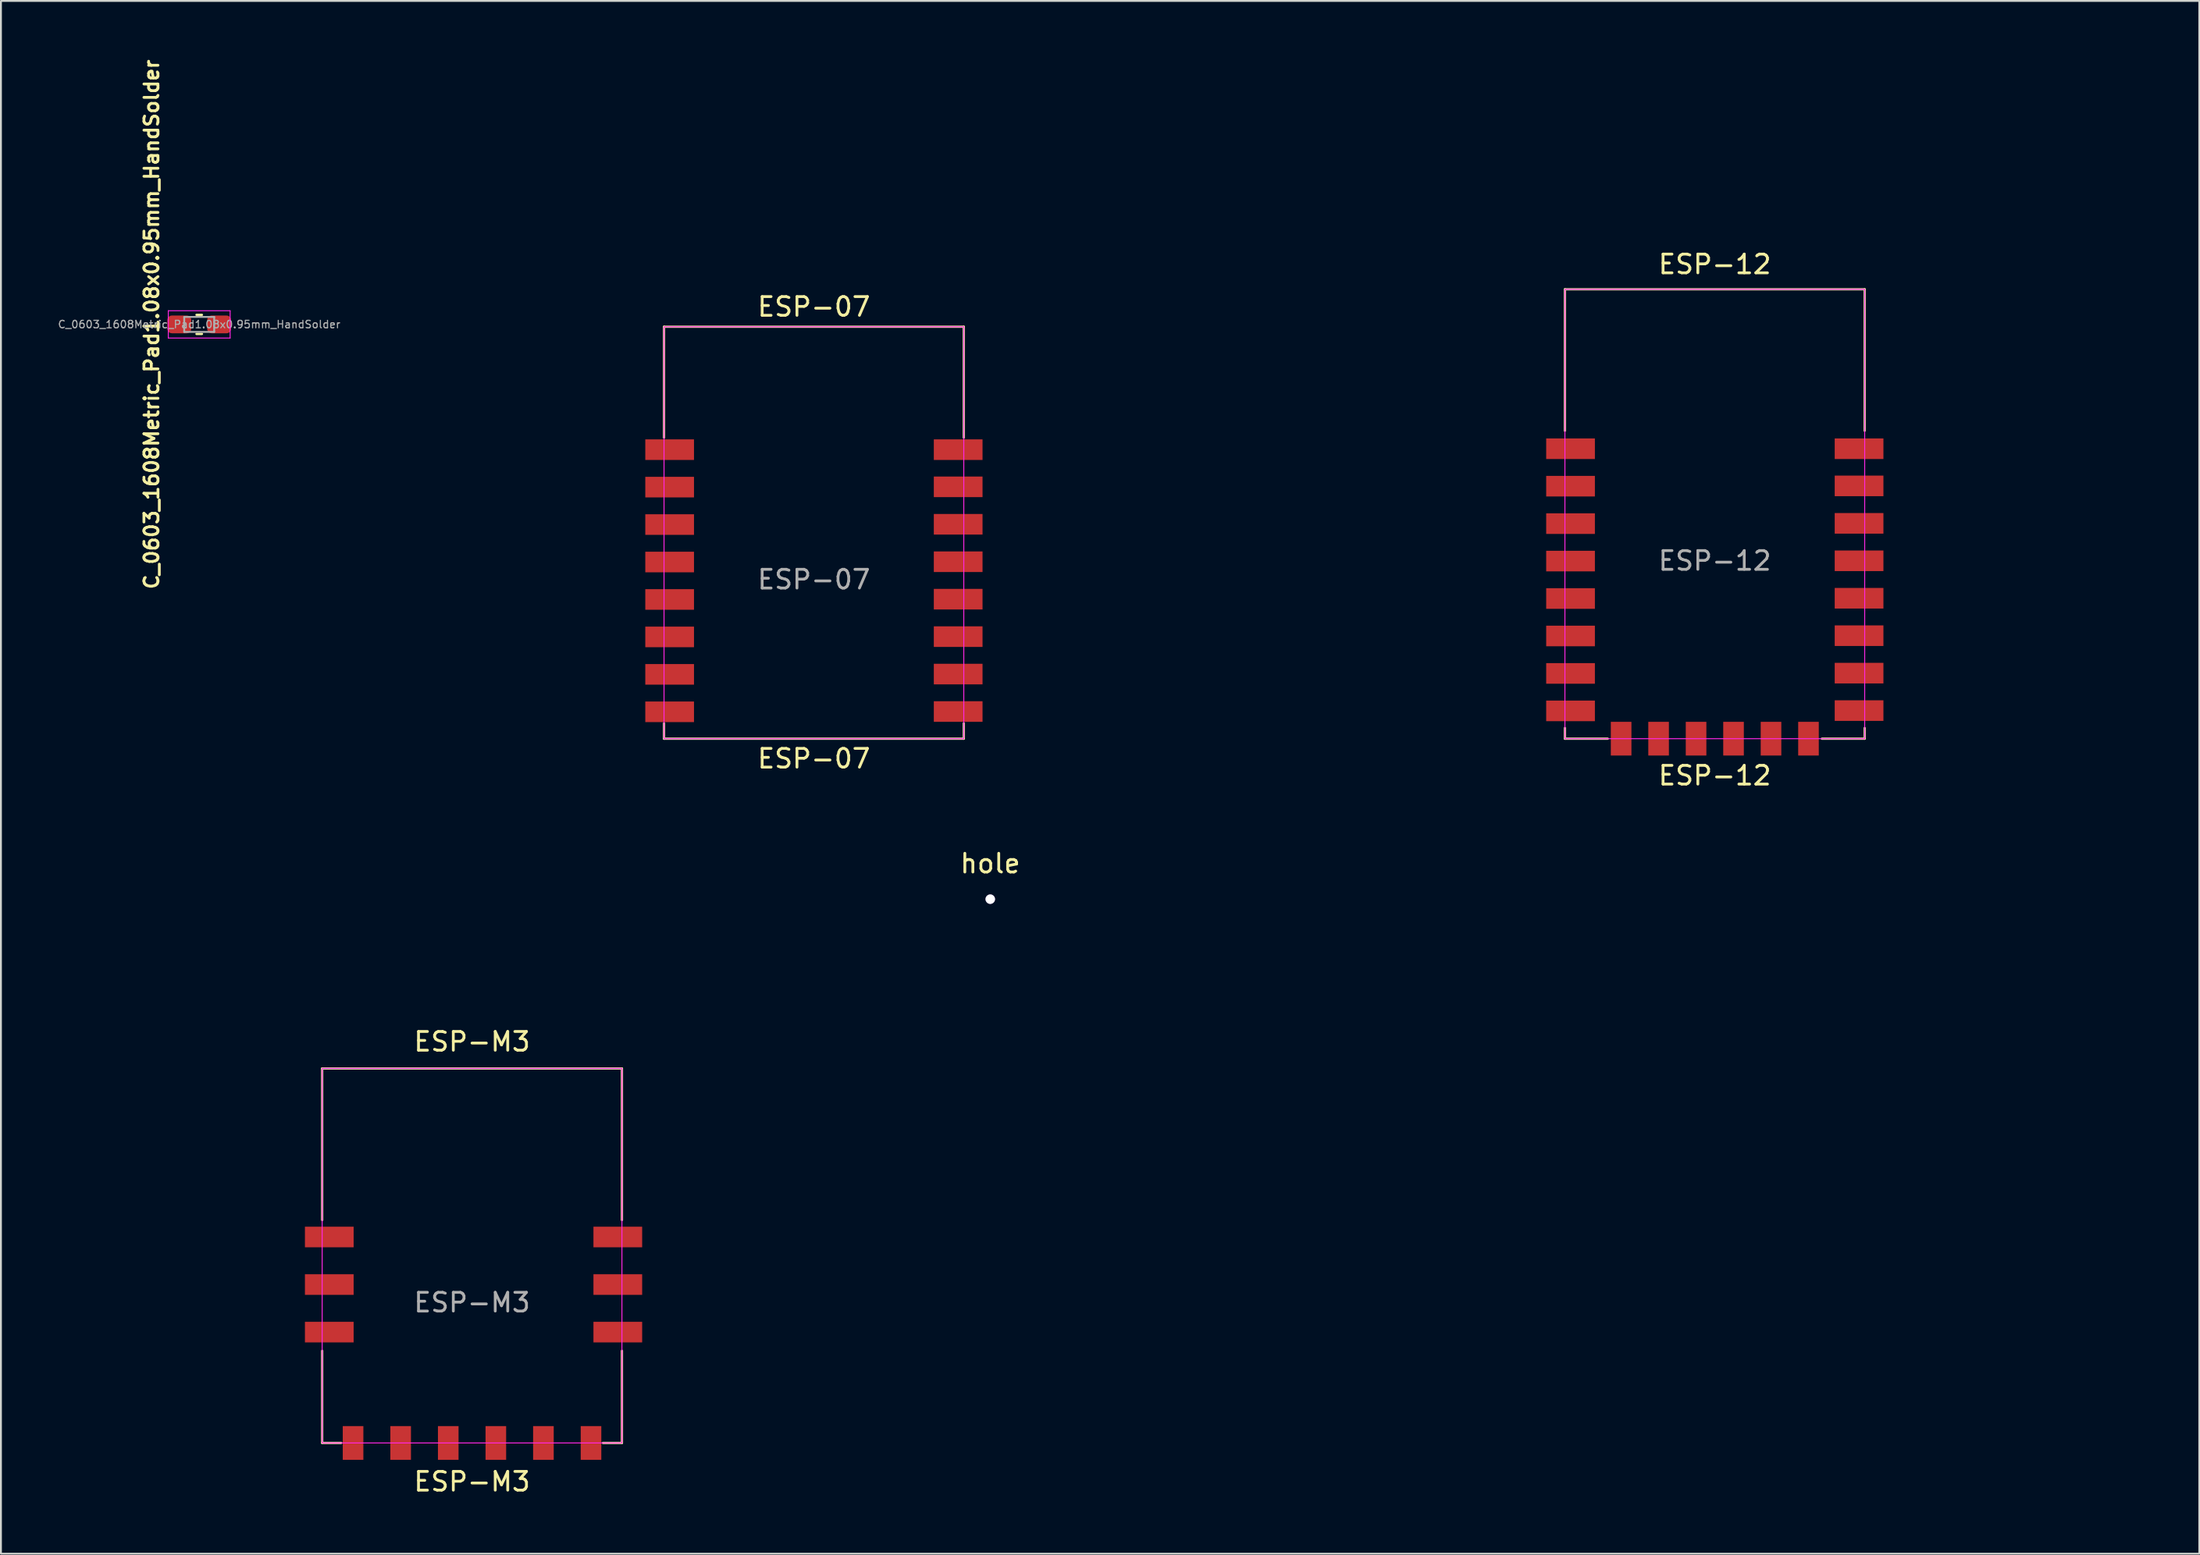
<source format=kicad_pcb>
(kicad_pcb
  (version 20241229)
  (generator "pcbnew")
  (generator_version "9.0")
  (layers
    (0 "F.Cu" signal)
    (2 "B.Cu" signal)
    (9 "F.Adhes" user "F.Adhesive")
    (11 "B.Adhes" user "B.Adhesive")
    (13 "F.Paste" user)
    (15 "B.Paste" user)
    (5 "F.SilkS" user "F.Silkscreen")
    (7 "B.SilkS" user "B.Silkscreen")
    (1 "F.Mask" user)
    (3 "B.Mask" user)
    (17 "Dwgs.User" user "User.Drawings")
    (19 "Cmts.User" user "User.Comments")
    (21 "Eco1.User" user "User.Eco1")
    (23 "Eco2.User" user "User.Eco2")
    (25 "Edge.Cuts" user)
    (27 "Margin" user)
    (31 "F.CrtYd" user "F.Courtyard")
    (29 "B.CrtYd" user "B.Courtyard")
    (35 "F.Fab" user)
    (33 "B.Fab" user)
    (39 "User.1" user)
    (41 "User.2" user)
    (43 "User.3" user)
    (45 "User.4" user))
  (footprint "ESP-M3"
    (layer "F.Cu")
    (at 22.145 64.013)
    (property "Reference" "ESP-M3" (at 0 12.065 0) (unlocked yes) (layer "F.SilkS") (effects (font (size 1 1) (thickness 0.15))))
    (attr smd)
    (fp_line (start -8 -10) (end -8 -1.905) (stroke (width 0.12) (type solid)) (layer "F.SilkS"))
    (fp_line (start -8 5.08) (end -8 10) (stroke (width 0.12) (type solid)) (layer "F.SilkS"))
    (fp_line (start -8 10) (end -6.985 10) (stroke (width 0.12) (type solid)) (layer "F.SilkS"))
    (fp_line (start 8 -10) (end -8 -10) (stroke (width 0.12) (type solid)) (layer "F.SilkS"))
    (fp_line (start 8 -1.905) (end 8 -10) (stroke (width 0.12) (type solid)) (layer "F.SilkS"))
    (fp_line (start 8 5.08) (end 8 10) (stroke (width 0.12) (type solid)) (layer "F.SilkS"))
    (fp_line (start 8 10) (end 6.985 10) (stroke (width 0.12) (type solid)) (layer "F.SilkS"))
    (fp_rect (start -8 -10) (end 8 10) (stroke (width 0.05) (type solid)) (fill no) (layer "F.CrtYd"))
    (fp_text user "ESP-M3" (at 0 -11.43 0) (unlocked yes) (layer "F.SilkS") (effects (font (size 1 1) (thickness 0.15))))
    (fp_text user "${REFERENCE}" (at 0 2.5 0) (unlocked yes) (layer "F.Fab") (effects (font (size 1 1) (thickness 0.15))))
    (pad "1" smd rect (at -7.62 -1) (size 2.6 1.1) (layers "F.Cu" "F.Mask" "F.Paste"))
    (pad "2" smd rect (at -7.62 1.54) (size 2.6 1.1) (layers "F.Cu" "F.Mask" "F.Paste"))
    (pad "3" smd rect (at -7.62 4.08) (size 2.6 1.1) (layers "F.Cu" "F.Mask" "F.Paste"))
    (pad "4" smd rect (at -6.35 10 90) (size 1.8 1.1) (layers "F.Cu" "F.Mask" "F.Paste"))
    (pad "5" smd rect (at -3.81 10 90) (size 1.8 1.1) (layers "F.Cu" "F.Mask" "F.Paste"))
    (pad "6" smd rect (at -1.27 10 90) (size 1.8 1.1) (layers "F.Cu" "F.Mask" "F.Paste"))
    (pad "7" smd rect (at 1.27 10 90) (size 1.8 1.1) (layers "F.Cu" "F.Mask" "F.Paste"))
    (pad "8" smd rect (at 3.81 10 90) (size 1.8 1.1) (layers "F.Cu" "F.Mask" "F.Paste"))
    (pad "9" smd rect (at 6.35 10 90) (size 1.8 1.1) (layers "F.Cu" "F.Mask" "F.Paste"))
    (pad "10" smd rect (at 7.78 4.08) (size 2.6 1.1) (layers "F.Cu" "F.Mask" "F.Paste"))
    (pad "11" smd rect (at 7.78 1.54) (size 2.6 1.1) (layers "F.Cu" "F.Mask" "F.Paste"))
    (pad "12" smd rect (at 7.78 -1) (size 2.6 1.1) (layers "F.Cu" "F.Mask" "F.Paste"))
    (zone (net_name "") (layers "F.Cu" "B.Cu") (name "Antenna") (hatch edge 0.508) (connect_pads) (min_thickness 0.254) (filled_areas_thickness no) (keepout (tracks not_allowed) (vias not_allowed) (pads not_allowed) (copperpour not_allowed) (footprints not_allowed)) (placement (enabled no)) (fill) (polygon (pts (xy 45.085 59.363) (xy 43.18 61.268) (xy 1.905 61.268) (xy 0 59.363) (xy 0 44.123) (xy 1.905 42.218) (xy 43.18 42.218) (xy 45.085 44.123)))))
  (footprint "C_0603_1608Metric_Pad1.08x0.95mm_HandSolder"
    (layer "F.Cu")
    (at 7.583 14.275)
    (property "Reference" "C_0603_1608Metric_Pad1.08x0.95mm_HandSolder" (at -2.54 0 270) (layer "F.SilkS") (effects (font (size 0.75 0.75) (thickness 0.15))))
    (attr smd)
    (fp_line (start -0.146 -0.51) (end 0.146 -0.51) (stroke (width 0.12) (type solid)) (layer "F.SilkS"))
    (fp_line (start -0.146 0.51) (end 0.146 0.51) (stroke (width 0.12) (type solid)) (layer "F.SilkS"))
    (fp_line (start -1.65 -0.73) (end 1.65 -0.73) (stroke (width 0.05) (type solid)) (layer "F.CrtYd"))
    (fp_line (start -1.65 0.73) (end -1.65 -0.73) (stroke (width 0.05) (type solid)) (layer "F.CrtYd"))
    (fp_line (start 1.65 -0.73) (end 1.65 0.73) (stroke (width 0.05) (type solid)) (layer "F.CrtYd"))
    (fp_line (start 1.65 0.73) (end -1.65 0.73) (stroke (width 0.05) (type solid)) (layer "F.CrtYd"))
    (fp_line (start -0.8 -0.4) (end 0.8 -0.4) (stroke (width 0.1) (type solid)) (layer "F.Fab"))
    (fp_line (start -0.8 0.4) (end -0.8 -0.4) (stroke (width 0.1) (type solid)) (layer "F.Fab"))
    (fp_line (start 0.8 -0.4) (end 0.8 0.4) (stroke (width 0.1) (type solid)) (layer "F.Fab"))
    (fp_line (start 0.8 0.4) (end -0.8 0.4) (stroke (width 0.1) (type solid)) (layer "F.Fab"))
    (fp_text user "${REFERENCE}" (at 0 0 0) (layer "F.Fab") (effects (font (size 0.4 0.4) (thickness 0.06))))
    (pad "1" smd roundrect (at -1.062 0) (size 1.275 0.95) (layers "F.Cu" "F.Mask" "F.Paste") (roundrect_rratio 0.25))
    (pad "2" smd roundrect (at 1.062 0) (size 1.275 0.95) (layers "F.Cu" "F.Mask" "F.Paste") (roundrect_rratio 0.25)))
  (footprint "ESP-12"
    (layer "F.Cu")
    (at 88.477 24.4)
    (property "Reference" "ESP-12" (at 0 13.97 0) (unlocked yes) (layer "F.SilkS") (effects (font (size 1 1) (thickness 0.15))))
    (attr smd)
    (fp_line (start -8 -12) (end -8 -4.445) (stroke (width 0.12) (type solid)) (layer "F.SilkS"))
    (fp_line (start -8 11.43) (end -8 12) (stroke (width 0.12) (type solid)) (layer "F.SilkS"))
    (fp_line (start -8 12) (end -5.715 12) (stroke (width 0.12) (type solid)) (layer "F.SilkS"))
    (fp_line (start 8 -12) (end -8 -12) (stroke (width 0.12) (type solid)) (layer "F.SilkS"))
    (fp_line (start 8 -4.445) (end 8 -12) (stroke (width 0.12) (type solid)) (layer "F.SilkS"))
    (fp_line (start 8 11.43) (end 8 12) (stroke (width 0.12) (type solid)) (layer "F.SilkS"))
    (fp_line (start 8 12) (end 5.715 12) (stroke (width 0.12) (type solid)) (layer "F.SilkS"))
    (fp_rect (start -8 -12) (end 8 12) (stroke (width 0.05) (type solid)) (fill no) (layer "F.CrtYd"))
    (fp_text user "ESP-12" (at 0 -13.335 0) (unlocked yes) (layer "F.SilkS") (effects (font (size 1 1) (thickness 0.15))))
    (fp_text user "${REFERENCE}" (at 0 2.5 0) (unlocked yes) (layer "F.Fab") (effects (font (size 1 1) (thickness 0.15))))
    (pad "1" smd rect (at -7.7 -3.485) (size 2.6 1.1) (layers "F.Cu" "F.Mask" "F.Paste"))
    (pad "2" smd rect (at -7.7 -1.485) (size 2.6 1.1) (layers "F.Cu" "F.Mask" "F.Paste"))
    (pad "3" smd rect (at -7.7 0.515) (size 2.6 1.1) (layers "F.Cu" "F.Mask" "F.Paste"))
    (pad "4" smd rect (at -7.7 2.515) (size 2.6 1.1) (layers "F.Cu" "F.Mask" "F.Paste"))
    (pad "5" smd rect (at -7.7 4.515) (size 2.6 1.1) (layers "F.Cu" "F.Mask" "F.Paste"))
    (pad "6" smd rect (at -7.7 6.515) (size 2.6 1.1) (layers "F.Cu" "F.Mask" "F.Paste"))
    (pad "7" smd rect (at -7.7 8.515) (size 2.6 1.1) (layers "F.Cu" "F.Mask" "F.Paste"))
    (pad "8" smd rect (at -7.7 10.515) (size 2.6 1.1) (layers "F.Cu" "F.Mask" "F.Paste"))
    (pad "9" smd rect (at 7.7 10.5) (size 2.6 1.1) (layers "F.Cu" "F.Mask" "F.Paste"))
    (pad "10" smd rect (at 7.7 8.5) (size 2.6 1.1) (layers "F.Cu" "F.Mask" "F.Paste"))
    (pad "11" smd rect (at 7.7 6.5) (size 2.6 1.1) (layers "F.Cu" "F.Mask" "F.Paste"))
    (pad "12" smd rect (at 7.7 4.5) (size 2.6 1.1) (layers "F.Cu" "F.Mask" "F.Paste"))
    (pad "13" smd rect (at 7.7 2.5) (size 2.6 1.1) (layers "F.Cu" "F.Mask" "F.Paste"))
    (pad "14" smd rect (at 7.7 0.5) (size 2.6 1.1) (layers "F.Cu" "F.Mask" "F.Paste"))
    (pad "15" smd rect (at 7.7 -1.5) (size 2.6 1.1) (layers "F.Cu" "F.Mask" "F.Paste"))
    (pad "16" smd rect (at 7.7 -3.485) (size 2.6 1.1) (layers "F.Cu" "F.Mask" "F.Paste"))
    (pad "17" smd rect (at -5 12 90) (size 1.8 1.1) (layers "F.Cu" "F.Mask" "F.Paste"))
    (pad "18" smd rect (at -3 12 90) (size 1.8 1.1) (layers "F.Cu" "F.Mask" "F.Paste"))
    (pad "19" smd rect (at -1 12 90) (size 1.8 1.1) (layers "F.Cu" "F.Mask" "F.Paste"))
    (pad "20" smd rect (at 1 12 90) (size 1.8 1.1) (layers "F.Cu" "F.Mask" "F.Paste"))
    (pad "21" smd rect (at 3 12 90) (size 1.8 1.1) (layers "F.Cu" "F.Mask" "F.Paste"))
    (pad "22" smd rect (at 5 12 90) (size 1.8 1.1) (layers "F.Cu" "F.Mask" "F.Paste"))
    (zone (net_name "") (layers "F.Cu" "B.Cu") (name "Antenna") (hatch edge 0.508) (connect_pads) (min_thickness 0.254) (filled_areas_thickness no) (keepout (tracks not_allowed) (vias not_allowed) (pads not_allowed) (copperpour not_allowed) (footprints not_allowed)) (placement (enabled no)) (fill) (polygon (pts (xy 111.337 17.145) (xy 109.432 19.05) (xy 68.157 19.05) (xy 66.252 17.145) (xy 66.252 1.905) (xy 68.157 0) (xy 109.432 0) (xy 111.337 1.905)))))
  (footprint "hole"
    (layer "F.Cu")
    (at 49.805 44.971)
    (property "Reference" "hole" (at 0 -1.905 0) (unlocked yes) (layer "F.SilkS") (effects (font (size 1 1) (thickness 0.15))))
    (attr through_hole)
    (pad "" np_thru_hole circle (at 0 0) (size 0.51 0.51) (drill 0.5) (layers "*.Cu" "*.Mask")))
  (footprint "ESP-07"
    (layer "F.Cu")
    (at 40.392 25.4)
    (property "Reference" "ESP-07" (at 0 12.065 0) (unlocked yes) (layer "F.SilkS") (effects (font (size 1 1) (thickness 0.15))))
    (attr smd)
    (fp_line (start -8 -11) (end -8 -5.08) (stroke (width 0.12) (type solid)) (layer "F.SilkS"))
    (fp_line (start -8 10.18) (end -8 11) (stroke (width 0.12) (type solid)) (layer "F.SilkS"))
    (fp_line (start -8 11) (end 8 11) (stroke (width 0.12) (type solid)) (layer "F.SilkS"))
    (fp_line (start 8 -11) (end -8 -11) (stroke (width 0.12) (type solid)) (layer "F.SilkS"))
    (fp_line (start 8 -5.08) (end 8 -11) (stroke (width 0.12) (type solid)) (layer "F.SilkS"))
    (fp_line (start 8 11) (end 8 10.18) (stroke (width 0.12) (type solid)) (layer "F.SilkS"))
    (fp_rect (start -8 -11) (end 8 11) (stroke (width 0.05) (type solid)) (fill no) (layer "F.CrtYd"))
    (fp_text user "ESP-07" (at 0 -12.065 0) (unlocked yes) (layer "F.SilkS") (effects (font (size 1 1) (thickness 0.15))))
    (fp_text user "${REFERENCE}" (at 0 2.5 0) (unlocked yes) (layer "F.Fab") (effects (font (size 1 1) (thickness 0.15))))
    (pad "1" smd rect (at -7.7 -4.435) (size 2.6 1.1) (layers "F.Cu" "F.Mask" "F.Paste"))
    (pad "2" smd rect (at -7.7 -2.435) (size 2.6 1.1) (layers "F.Cu" "F.Mask" "F.Paste"))
    (pad "3" smd rect (at -7.7 -0.435) (size 2.6 1.1) (layers "F.Cu" "F.Mask" "F.Paste"))
    (pad "4" smd rect (at -7.7 1.565) (size 2.6 1.1) (layers "F.Cu" "F.Mask" "F.Paste"))
    (pad "5" smd rect (at -7.7 3.565) (size 2.6 1.1) (layers "F.Cu" "F.Mask" "F.Paste"))
    (pad "6" smd rect (at -7.7 5.565) (size 2.6 1.1) (layers "F.Cu" "F.Mask" "F.Paste"))
    (pad "7" smd rect (at -7.7 7.565) (size 2.6 1.1) (layers "F.Cu" "F.Mask" "F.Paste"))
    (pad "8" smd rect (at -7.7 9.565) (size 2.6 1.1) (layers "F.Cu" "F.Mask" "F.Paste"))
    (pad "9" smd rect (at 7.7 9.55) (size 2.6 1.1) (layers "F.Cu" "F.Mask" "F.Paste"))
    (pad "10" smd rect (at 7.7 7.55) (size 2.6 1.1) (layers "F.Cu" "F.Mask" "F.Paste"))
    (pad "11" smd rect (at 7.7 5.55) (size 2.6 1.1) (layers "F.Cu" "F.Mask" "F.Paste"))
    (pad "12" smd rect (at 7.7 3.55) (size 2.6 1.1) (layers "F.Cu" "F.Mask" "F.Paste"))
    (pad "13" smd rect (at 7.7 1.55) (size 2.6 1.1) (layers "F.Cu" "F.Mask" "F.Paste"))
    (pad "14" smd rect (at 7.7 -0.45) (size 2.6 1.1) (layers "F.Cu" "F.Mask" "F.Paste"))
    (pad "15" smd rect (at 7.7 -2.45) (size 2.6 1.1) (layers "F.Cu" "F.Mask" "F.Paste"))
    (pad "16" smd rect (at 7.7 -4.435) (size 2.6 1.1) (layers "F.Cu" "F.Mask" "F.Paste"))
    (zone (net_name "") (layers "F.Cu" "B.Cu") (name "Antenna") (hatch edge 0.508) (connect_pads) (min_thickness 0.254) (filled_areas_thickness no) (keepout (tracks not_allowed) (vias not_allowed) (pads not_allowed) (copperpour not_allowed) (footprints not_allowed)) (placement (enabled no)) (fill) (polygon (pts (xy 63.252 17.145) (xy 61.347 19.05) (xy 20.072 19.05) (xy 18.167 17.145) (xy 18.167 1.905) (xy 20.072 0) (xy 61.347 0) (xy 63.252 1.905)))))
  (gr_rect
    (start -3 -3)
    (end 114.337 79.927)
    (stroke (width 0.1) (type default))
    (fill no)
    (layer "Edge.Cuts")))
</source>
